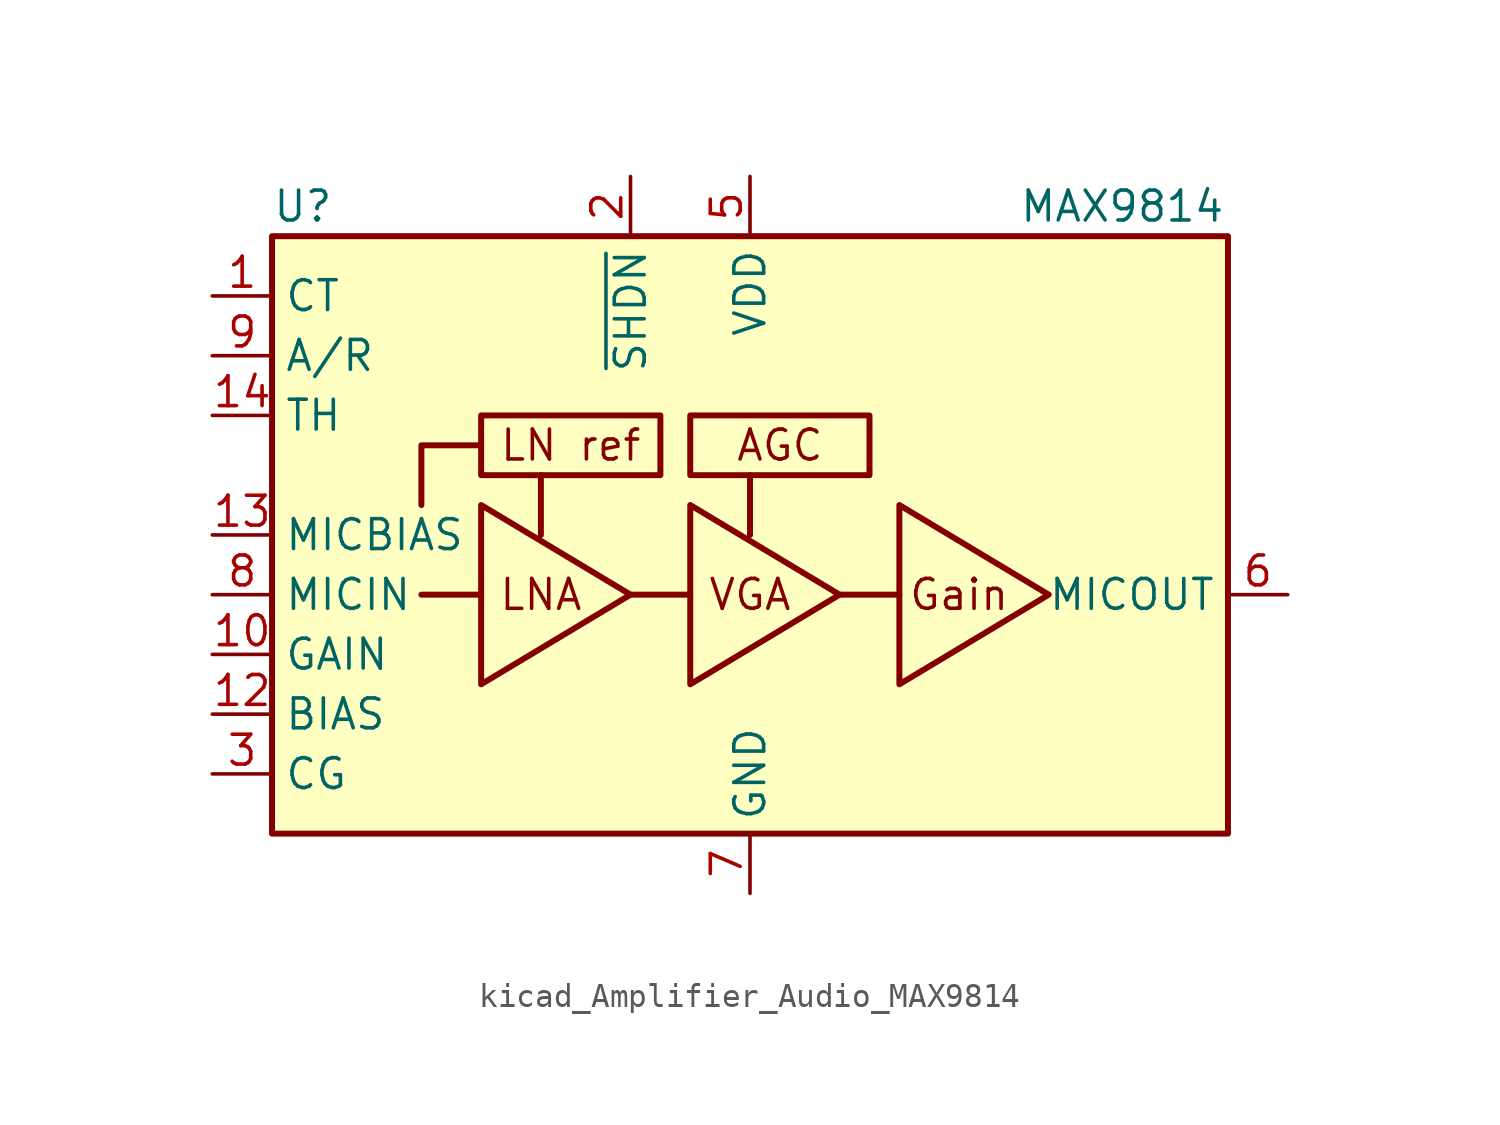
<source format=kicad_sym>
(kicad_symbol_lib
  (version 20220914)
  (generator kicad_symbol_editor)
  (symbol "kicad_Amplifier_Audio_MAX9814"
    (property "Reference" "U"
      (at -20.32 13.97 0)
      (effects (font (size 1.27 1.27)) (justify left)))
    (property "Value" "MAX9814"
      (at 11.43 13.97 0)
      (effects (font (size 1.27 1.27)) (justify left)))
    (symbol "kicad_Amplifier_Audio_MAX9814_0_0"
      (rectangle (start -11.43 5.08) (end -3.81 2.54) (stroke (width 0.254) (type default)) (fill (type none)))
      (rectangle (start -2.54 5.08) (end 5.08 2.54) (stroke (width 0.254) (type default)) (fill (type none)))
      (polyline (pts (xy -11.43 -2.54) (xy -13.97 -2.54)) (stroke (width 0.254) (type default)) (fill (type none)))
      (polyline (pts (xy -8.89 2.54) (xy -8.89 0)) (stroke (width 0.254) (type default)) (fill (type none)))
      (polyline (pts (xy -2.54 -2.54) (xy -5.08 -2.54)) (stroke (width 0.254) (type default)) (fill (type none)))
      (polyline (pts (xy 0 2.54) (xy 0 0)) (stroke (width 0.254) (type default)) (fill (type none)))
      (polyline (pts (xy 3.81 -2.54) (xy 6.35 -2.54)) (stroke (width 0.254) (type default)) (fill (type none)))
      (polyline (pts (xy -11.43 3.81) (xy -13.97 3.81) (xy -13.97 1.27)) (stroke (width 0.254) (type default)) (fill (type none)))
      (polyline (pts (xy -5.08 -2.54) (xy -11.43 1.27) (xy -11.43 -6.35) (xy -5.08 -2.54)) (stroke (width 0.254) (type default)) (fill (type none)))
      (polyline (pts (xy 3.81 -2.54) (xy -2.54 1.27) (xy -2.54 -6.35) (xy 3.81 -2.54)) (stroke (width 0.254) (type default)) (fill (type none)))
      (polyline (pts (xy 12.7 -2.54) (xy 6.35 1.27) (xy 6.35 -6.35) (xy 12.7 -2.54)) (stroke (width 0.254) (type default)) (fill (type none)))
      (text "AGC" (at 1.27 3.81 0) (effects (font (size 1.27 1.27))))
      (text "Gain" (at 8.89 -2.54 0) (effects (font (size 1.27 1.27))))
      (text "LN ref" (at -7.62 3.81 0) (effects (font (size 1.27 1.27))))
      (text "LNA" (at -8.89 -2.54 0) (effects (font (size 1.27 1.27))))
      (text "VGA" (at 0 -2.54 0) (effects (font (size 1.27 1.27)))))
    (symbol "kicad_Amplifier_Audio_MAX9814_0_1"
      (rectangle (start -20.32 12.7) (end 20.32 -12.7) (stroke (width 0.254) (type default)) (fill (type background))))
    (symbol "kicad_Amplifier_Audio_MAX9814_1_1"
      (pin input line (at -22.86 10.16 0) (length 2.54) (name "CT" (effects (font (size 1.27 1.27)))) (number "1" (effects (font (size 1.27 1.27)))))
      (pin input line (at -22.86 -5.08 0) (length 2.54) (name "GAIN" (effects (font (size 1.27 1.27)))) (number "10" (effects (font (size 1.27 1.27)))))
      (pin passive line (at 0 -15.24 90) (length 2.54) hide (name "GND" (effects (font (size 1.27 1.27)))) (number "11" (effects (font (size 1.27 1.27)))))
      (pin passive line (at -22.86 -7.62 0) (length 2.54) (name "BIAS" (effects (font (size 1.27 1.27)))) (number "12" (effects (font (size 1.27 1.27)))))
      (pin output line (at -22.86 0 0) (length 2.54) (name "MICBIAS" (effects (font (size 1.27 1.27)))) (number "13" (effects (font (size 1.27 1.27)))))
      (pin input line (at -22.86 5.08 0) (length 2.54) (name "TH" (effects (font (size 1.27 1.27)))) (number "14" (effects (font (size 1.27 1.27)))))
      (pin passive line (at 0 -15.24 90) (length 2.54) hide (name "GND" (effects (font (size 1.27 1.27)))) (number "15" (effects (font (size 1.27 1.27)))))
      (pin input line (at -5.08 15.24 270) (length 2.54) (name "~{SHDN}" (effects (font (size 1.27 1.27)))) (number "2" (effects (font (size 1.27 1.27)))))
      (pin passive line (at -22.86 -10.16 0) (length 2.54) (name "CG" (effects (font (size 1.27 1.27)))) (number "3" (effects (font (size 1.27 1.27)))))
      (pin passive line (at 0 -15.24 90) (length 2.54) hide (name "GND" (effects (font (size 1.27 1.27)))) (number "4" (effects (font (size 1.27 1.27)))))
      (pin power_in line (at 0 15.24 270) (length 2.54) (name "VDD" (effects (font (size 1.27 1.27)))) (number "5" (effects (font (size 1.27 1.27)))))
      (pin output line (at 22.86 -2.54 180) (length 2.54) (name "MICOUT" (effects (font (size 1.27 1.27)))) (number "6" (effects (font (size 1.27 1.27)))))
      (pin power_in line (at 0 -15.24 90) (length 2.54) (name "GND" (effects (font (size 1.27 1.27)))) (number "7" (effects (font (size 1.27 1.27)))))
      (pin input line (at -22.86 -2.54 0) (length 2.54) (name "MICIN" (effects (font (size 1.27 1.27)))) (number "8" (effects (font (size 1.27 1.27)))))
      (pin input line (at -22.86 7.62 0) (length 2.54) (name "A/R" (effects (font (size 1.27 1.27)))) (number "9" (effects (font (size 1.27 1.27))))))))
</source>
